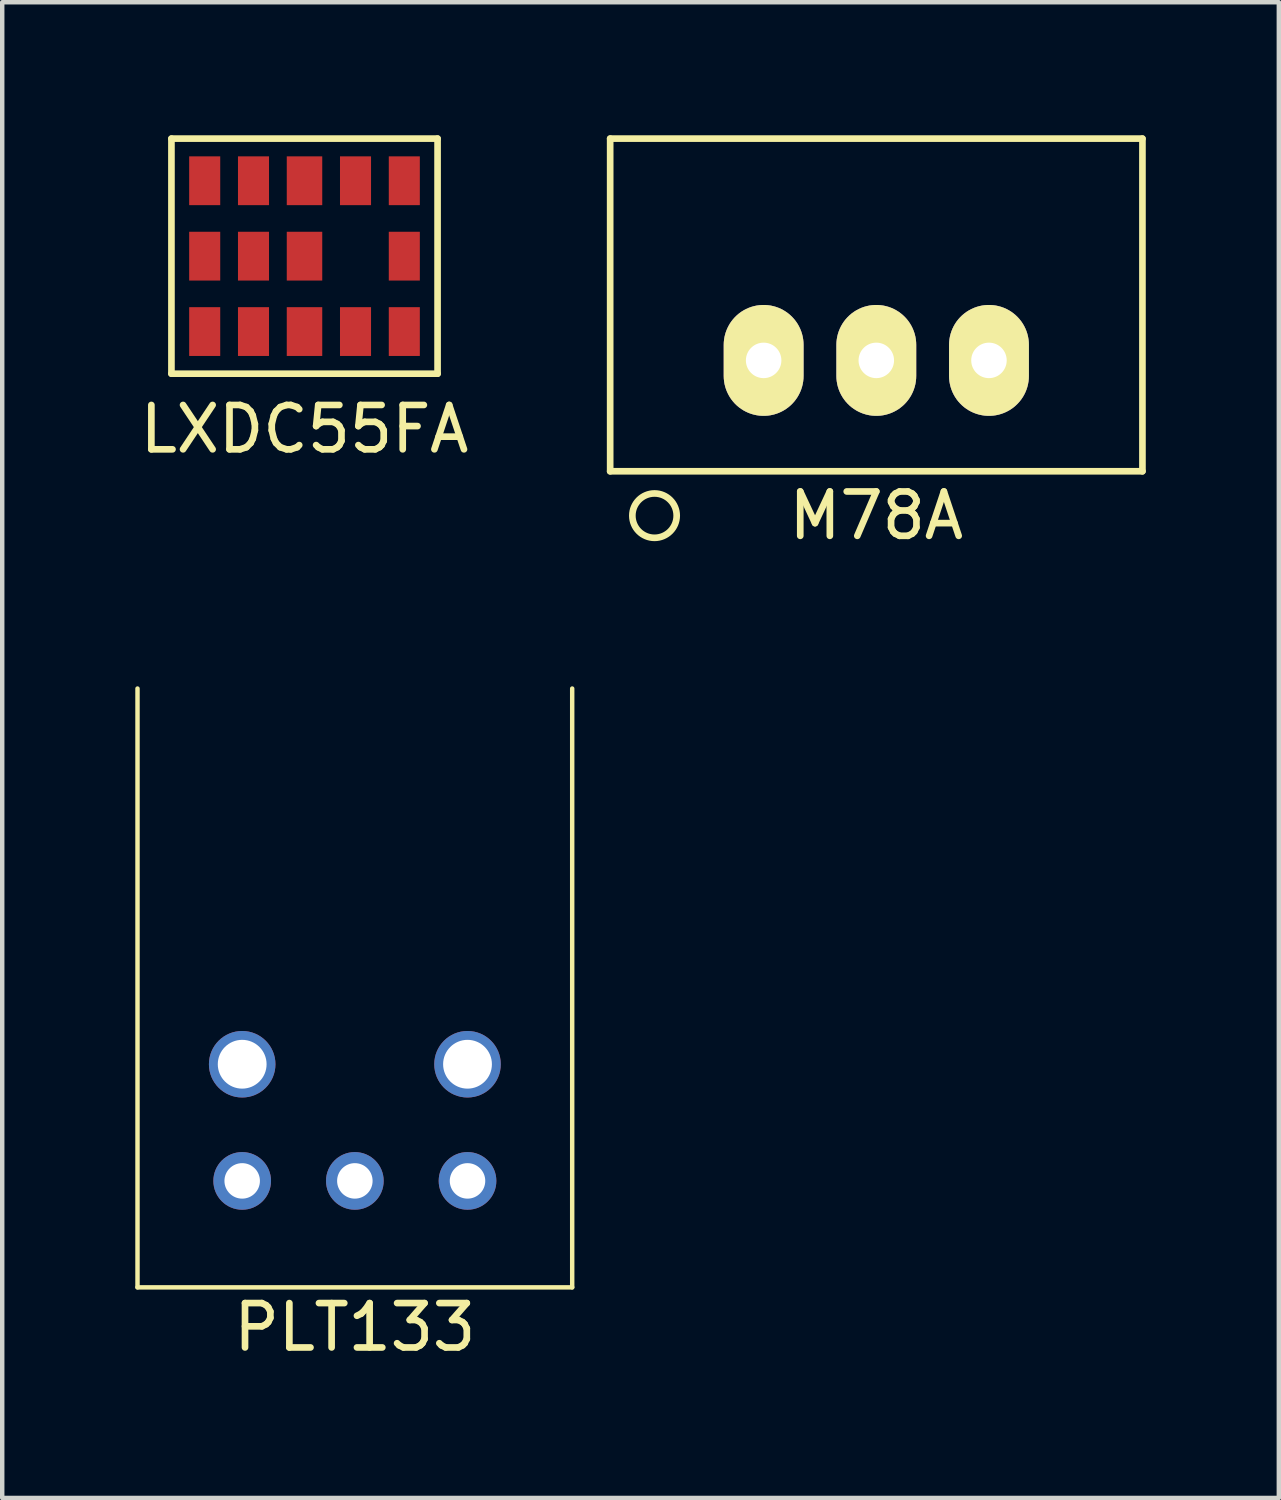
<source format=kicad_pcb>
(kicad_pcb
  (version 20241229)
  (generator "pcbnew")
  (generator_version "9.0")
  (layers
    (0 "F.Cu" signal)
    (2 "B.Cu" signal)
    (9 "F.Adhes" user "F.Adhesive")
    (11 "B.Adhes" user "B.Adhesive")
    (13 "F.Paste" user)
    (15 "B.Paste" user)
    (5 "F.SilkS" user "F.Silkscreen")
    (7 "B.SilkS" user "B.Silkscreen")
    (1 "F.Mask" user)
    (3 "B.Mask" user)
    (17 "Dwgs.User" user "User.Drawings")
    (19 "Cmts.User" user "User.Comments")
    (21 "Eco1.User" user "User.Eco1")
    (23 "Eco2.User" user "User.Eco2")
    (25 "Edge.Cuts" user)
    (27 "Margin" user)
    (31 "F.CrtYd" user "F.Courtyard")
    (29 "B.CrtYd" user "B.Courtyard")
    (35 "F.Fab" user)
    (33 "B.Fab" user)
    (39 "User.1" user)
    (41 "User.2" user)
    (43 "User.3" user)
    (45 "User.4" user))
  (footprint "PLT133"
    (layer "F.Cu")
    (at 4.95 23.573)
    (property "Reference" "PLT133" (at 0 3.3 0) (layer "F.SilkS") (effects (font (size 1 1) (thickness 0.15))))
    (attr through_hole)
    (fp_line (start -4.9 -11.1) (end -4.9 2.4) (stroke (width 0.1) (type solid)) (layer "F.SilkS"))
    (fp_line (start -4.9 2.4) (end 4.9 2.4) (stroke (width 0.1) (type solid)) (layer "F.SilkS"))
    (fp_line (start 4.9 2.4) (end 4.9 -11.1) (stroke (width 0.1) (type solid)) (layer "F.SilkS"))
    (pad "1" thru_hole circle (at 2.54 0 90) (size 1.3 1.3) (drill 0.8) (layers "*.Cu" "*.Mask"))
    (pad "2" thru_hole circle (at 0 0 90) (size 1.3 1.3) (drill 0.8) (layers "*.Cu" "*.Mask"))
    (pad "3" thru_hole circle (at -2.54 0 90) (size 1.3 1.3) (drill 0.8) (layers "*.Cu" "*.Mask"))
    (pad "4" thru_hole circle (at 2.54 -2.63 90) (size 1.5 1.5) (drill 1.1) (layers "*.Cu" "*.Mask"))
    (pad "5" thru_hole circle (at -2.54 -2.63 90) (size 1.5 1.5) (drill 1.1) (layers "*.Cu" "*.Mask")))
  (footprint "M78A"
    (layer "F.Cu")
    (at 16.706 5.075)
    (property "Reference" "M78A" (at 0 3.5 0) (layer "F.SilkS") (effects (font (size 1 1) (thickness 0.15))))
    (attr through_hole)
    (fp_line (start -6 -5) (end -6 2.5) (stroke (width 0.15) (type solid)) (layer "F.SilkS"))
    (fp_line (start -6 2.5) (end 6 2.5) (stroke (width 0.15) (type solid)) (layer "F.SilkS"))
    (fp_line (start 6 -5) (end -6 -5) (stroke (width 0.15) (type solid)) (layer "F.SilkS"))
    (fp_line (start 6 2.5) (end 6 -5) (stroke (width 0.15) (type solid)) (layer "F.SilkS"))
    (fp_circle (center -5 3.5) (end -4.5 3.5) (stroke (width 0.15) (type solid)) (fill no) (layer "F.SilkS"))
    (pad "1" thru_hole oval (at -2.54 0) (size 1.8 2.5) (drill 0.8) (layers "*.Cu" "*.Mask" "F.SilkS"))
    (pad "2" thru_hole oval (at 0 0) (size 1.8 2.5) (drill 0.8) (layers "*.Cu" "*.Mask" "F.SilkS"))
    (pad "3" thru_hole oval (at 2.54 0) (size 1.8 2.5) (drill 0.8) (layers "*.Cu" "*.Mask" "F.SilkS")))
  (footprint "LXDC55FA"
    (layer "F.Cu")
    (at 3.815 2.725)
    (property "Reference" "LXDC55FA" (at 0 3.9 0) (layer "F.SilkS") (effects (font (size 1 1) (thickness 0.15))))
    (attr through_hole)
    (fp_line (start -3 -2.65) (end -3 2.65) (stroke (width 0.15) (type solid)) (layer "F.SilkS"))
    (fp_line (start -3 2.65) (end 3 2.65) (stroke (width 0.15) (type solid)) (layer "F.SilkS"))
    (fp_line (start 3 -2.65) (end -3 -2.65) (stroke (width 0.15) (type solid)) (layer "F.SilkS"))
    (fp_line (start 3 2.65) (end 3 -2.65) (stroke (width 0.15) (type solid)) (layer "F.SilkS"))
    (pad "1" smd rect (at 2.25 -1.7) (size 0.7 1.1) (layers "F.Cu" "F.Mask" "F.Paste"))
    (pad "2" smd rect (at 1.15 -1.7) (size 0.7 1.1) (layers "F.Cu" "F.Mask" "F.Paste"))
    (pad "3" smd rect (at -2.25 -1.7) (size 0.7 1.1) (layers "F.Cu" "F.Mask" "F.Paste"))
    (pad "3" smd rect (at -1.15 -1.7) (size 0.7 1.1) (layers "F.Cu" "F.Mask" "F.Paste"))
    (pad "3" smd rect (at 0 -1.7) (size 0.8 1.1) (layers "F.Cu" "F.Mask" "F.Paste"))
    (pad "6" smd rect (at -2.25 0) (size 0.7 1.1) (layers "F.Cu" "F.Mask" "F.Paste"))
    (pad "6" smd rect (at -1.15 0) (size 0.7 1.1) (layers "F.Cu" "F.Mask" "F.Paste"))
    (pad "6" smd rect (at 0 0) (size 0.8 1.1) (layers "F.Cu" "F.Mask" "F.Paste"))
    (pad "6" smd rect (at 2.25 0) (size 0.7 1.1) (layers "F.Cu" "F.Mask" "F.Paste"))
    (pad "7" smd rect (at -2.25 1.7) (size 0.7 1.1) (layers "F.Cu" "F.Mask" "F.Paste"))
    (pad "7" smd rect (at -1.15 1.7) (size 0.7 1.1) (layers "F.Cu" "F.Mask" "F.Paste"))
    (pad "7" smd rect (at 0 1.7) (size 0.8 1.1) (layers "F.Cu" "F.Mask" "F.Paste"))
    (pad "10" smd rect (at 1.15 1.7) (size 0.7 1.1) (layers "F.Cu" "F.Mask" "F.Paste"))
    (pad "11" smd rect (at 2.25 1.7) (size 0.7 1.1) (layers "F.Cu" "F.Mask" "F.Paste")))
  (gr_rect
    (start -3 -3)
    (end 25.781 30.721)
    (stroke (width 0.1) (type default))
    (fill no)
    (layer "Edge.Cuts")))
</source>
